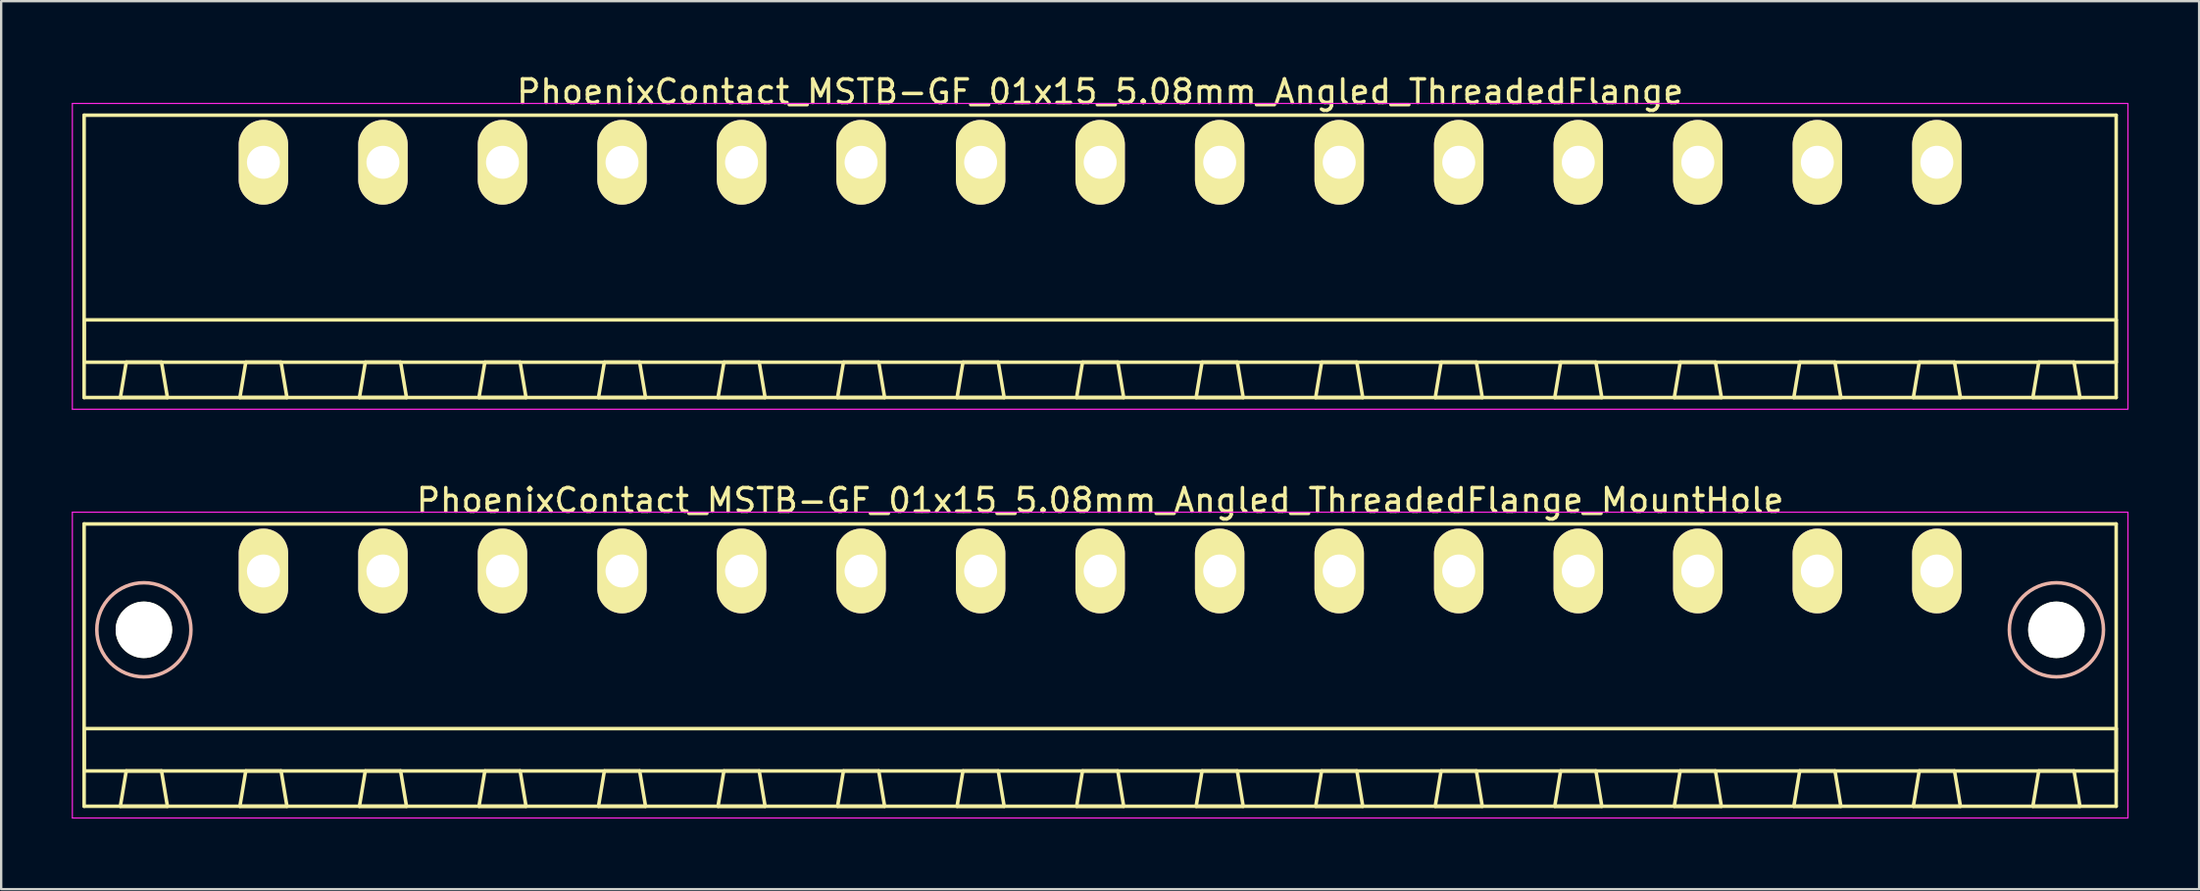
<source format=kicad_pcb>
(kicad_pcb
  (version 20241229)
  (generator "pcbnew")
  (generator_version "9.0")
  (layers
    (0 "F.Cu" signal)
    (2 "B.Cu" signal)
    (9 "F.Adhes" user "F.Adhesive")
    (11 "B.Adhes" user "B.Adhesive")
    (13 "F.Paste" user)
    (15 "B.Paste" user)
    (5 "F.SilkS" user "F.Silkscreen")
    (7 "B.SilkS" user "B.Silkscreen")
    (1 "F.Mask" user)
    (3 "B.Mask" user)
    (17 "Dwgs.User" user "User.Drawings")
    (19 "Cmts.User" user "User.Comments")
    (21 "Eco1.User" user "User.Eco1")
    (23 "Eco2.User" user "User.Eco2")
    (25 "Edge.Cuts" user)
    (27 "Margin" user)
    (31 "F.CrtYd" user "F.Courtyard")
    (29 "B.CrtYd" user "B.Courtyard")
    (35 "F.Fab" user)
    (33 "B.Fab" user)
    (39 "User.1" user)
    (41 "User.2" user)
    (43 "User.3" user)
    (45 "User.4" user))
  (footprint "PhoenixContact_MSTB-GF_01x15_5.08mm_Angled_ThreadedFlange"
    (layer "F.Cu")
    (at 8.145 3.848)
    (property "Reference" "PhoenixContact_MSTB-GF_01x15_5.08mm_Angled_ThreadedFlange" (at 35.56 -3 0) (layer "F.SilkS") (effects (font (size 1 1) (thickness 0.15))))
    (attr through_hole)
    (fp_line (start -7.62 -2) (end -7.62 10) (stroke (width 0.15) (type solid)) (layer "F.SilkS"))
    (fp_line (start -7.62 6.7) (end 78.74 6.7) (stroke (width 0.15) (type solid)) (layer "F.SilkS"))
    (fp_line (start -7.62 8.5) (end -7.62 6.7) (stroke (width 0.15) (type solid)) (layer "F.SilkS"))
    (fp_line (start -7.62 10) (end 78.74 10) (stroke (width 0.15) (type solid)) (layer "F.SilkS"))
    (fp_line (start -6.08 10) (end -4.08 10) (stroke (width 0.15) (type solid)) (layer "F.SilkS"))
    (fp_line (start -5.83 8.5) (end -6.08 10) (stroke (width 0.15) (type solid)) (layer "F.SilkS"))
    (fp_line (start -4.33 8.5) (end -5.83 8.5) (stroke (width 0.15) (type solid)) (layer "F.SilkS"))
    (fp_line (start -4.08 10) (end -4.33 8.5) (stroke (width 0.15) (type solid)) (layer "F.SilkS"))
    (fp_line (start -1 10) (end 1 10) (stroke (width 0.15) (type solid)) (layer "F.SilkS"))
    (fp_line (start -0.75 8.5) (end -1 10) (stroke (width 0.15) (type solid)) (layer "F.SilkS"))
    (fp_line (start 0.75 8.5) (end -0.75 8.5) (stroke (width 0.15) (type solid)) (layer "F.SilkS"))
    (fp_line (start 1 10) (end 0.75 8.5) (stroke (width 0.15) (type solid)) (layer "F.SilkS"))
    (fp_line (start 4.08 10) (end 6.08 10) (stroke (width 0.15) (type solid)) (layer "F.SilkS"))
    (fp_line (start 4.33 8.5) (end 4.08 10) (stroke (width 0.15) (type solid)) (layer "F.SilkS"))
    (fp_line (start 5.83 8.5) (end 4.33 8.5) (stroke (width 0.15) (type solid)) (layer "F.SilkS"))
    (fp_line (start 6.08 10) (end 5.83 8.5) (stroke (width 0.15) (type solid)) (layer "F.SilkS"))
    (fp_line (start 9.16 10) (end 11.16 10) (stroke (width 0.15) (type solid)) (layer "F.SilkS"))
    (fp_line (start 9.41 8.5) (end 9.16 10) (stroke (width 0.15) (type solid)) (layer "F.SilkS"))
    (fp_line (start 10.91 8.5) (end 9.41 8.5) (stroke (width 0.15) (type solid)) (layer "F.SilkS"))
    (fp_line (start 11.16 10) (end 10.91 8.5) (stroke (width 0.15) (type solid)) (layer "F.SilkS"))
    (fp_line (start 14.24 10) (end 16.24 10) (stroke (width 0.15) (type solid)) (layer "F.SilkS"))
    (fp_line (start 14.49 8.5) (end 14.24 10) (stroke (width 0.15) (type solid)) (layer "F.SilkS"))
    (fp_line (start 15.99 8.5) (end 14.49 8.5) (stroke (width 0.15) (type solid)) (layer "F.SilkS"))
    (fp_line (start 16.24 10) (end 15.99 8.5) (stroke (width 0.15) (type solid)) (layer "F.SilkS"))
    (fp_line (start 19.32 10) (end 21.32 10) (stroke (width 0.15) (type solid)) (layer "F.SilkS"))
    (fp_line (start 19.57 8.5) (end 19.32 10) (stroke (width 0.15) (type solid)) (layer "F.SilkS"))
    (fp_line (start 21.07 8.5) (end 19.57 8.5) (stroke (width 0.15) (type solid)) (layer "F.SilkS"))
    (fp_line (start 21.32 10) (end 21.07 8.5) (stroke (width 0.15) (type solid)) (layer "F.SilkS"))
    (fp_line (start 24.4 10) (end 26.4 10) (stroke (width 0.15) (type solid)) (layer "F.SilkS"))
    (fp_line (start 24.65 8.5) (end 24.4 10) (stroke (width 0.15) (type solid)) (layer "F.SilkS"))
    (fp_line (start 26.15 8.5) (end 24.65 8.5) (stroke (width 0.15) (type solid)) (layer "F.SilkS"))
    (fp_line (start 26.4 10) (end 26.15 8.5) (stroke (width 0.15) (type solid)) (layer "F.SilkS"))
    (fp_line (start 29.48 10) (end 31.48 10) (stroke (width 0.15) (type solid)) (layer "F.SilkS"))
    (fp_line (start 29.73 8.5) (end 29.48 10) (stroke (width 0.15) (type solid)) (layer "F.SilkS"))
    (fp_line (start 31.23 8.5) (end 29.73 8.5) (stroke (width 0.15) (type solid)) (layer "F.SilkS"))
    (fp_line (start 31.48 10) (end 31.23 8.5) (stroke (width 0.15) (type solid)) (layer "F.SilkS"))
    (fp_line (start 34.56 10) (end 36.56 10) (stroke (width 0.15) (type solid)) (layer "F.SilkS"))
    (fp_line (start 34.81 8.5) (end 34.56 10) (stroke (width 0.15) (type solid)) (layer "F.SilkS"))
    (fp_line (start 36.31 8.5) (end 34.81 8.5) (stroke (width 0.15) (type solid)) (layer "F.SilkS"))
    (fp_line (start 36.56 10) (end 36.31 8.5) (stroke (width 0.15) (type solid)) (layer "F.SilkS"))
    (fp_line (start 39.64 10) (end 41.64 10) (stroke (width 0.15) (type solid)) (layer "F.SilkS"))
    (fp_line (start 39.89 8.5) (end 39.64 10) (stroke (width 0.15) (type solid)) (layer "F.SilkS"))
    (fp_line (start 41.39 8.5) (end 39.89 8.5) (stroke (width 0.15) (type solid)) (layer "F.SilkS"))
    (fp_line (start 41.64 10) (end 41.39 8.5) (stroke (width 0.15) (type solid)) (layer "F.SilkS"))
    (fp_line (start 44.72 10) (end 46.72 10) (stroke (width 0.15) (type solid)) (layer "F.SilkS"))
    (fp_line (start 44.97 8.5) (end 44.72 10) (stroke (width 0.15) (type solid)) (layer "F.SilkS"))
    (fp_line (start 46.47 8.5) (end 44.97 8.5) (stroke (width 0.15) (type solid)) (layer "F.SilkS"))
    (fp_line (start 46.72 10) (end 46.47 8.5) (stroke (width 0.15) (type solid)) (layer "F.SilkS"))
    (fp_line (start 49.8 10) (end 51.8 10) (stroke (width 0.15) (type solid)) (layer "F.SilkS"))
    (fp_line (start 50.05 8.5) (end 49.8 10) (stroke (width 0.15) (type solid)) (layer "F.SilkS"))
    (fp_line (start 51.55 8.5) (end 50.05 8.5) (stroke (width 0.15) (type solid)) (layer "F.SilkS"))
    (fp_line (start 51.8 10) (end 51.55 8.5) (stroke (width 0.15) (type solid)) (layer "F.SilkS"))
    (fp_line (start 54.88 10) (end 56.88 10) (stroke (width 0.15) (type solid)) (layer "F.SilkS"))
    (fp_line (start 55.13 8.5) (end 54.88 10) (stroke (width 0.15) (type solid)) (layer "F.SilkS"))
    (fp_line (start 56.63 8.5) (end 55.13 8.5) (stroke (width 0.15) (type solid)) (layer "F.SilkS"))
    (fp_line (start 56.88 10) (end 56.63 8.5) (stroke (width 0.15) (type solid)) (layer "F.SilkS"))
    (fp_line (start 59.96 10) (end 61.96 10) (stroke (width 0.15) (type solid)) (layer "F.SilkS"))
    (fp_line (start 60.21 8.5) (end 59.96 10) (stroke (width 0.15) (type solid)) (layer "F.SilkS"))
    (fp_line (start 61.71 8.5) (end 60.21 8.5) (stroke (width 0.15) (type solid)) (layer "F.SilkS"))
    (fp_line (start 61.96 10) (end 61.71 8.5) (stroke (width 0.15) (type solid)) (layer "F.SilkS"))
    (fp_line (start 65.04 10) (end 67.04 10) (stroke (width 0.15) (type solid)) (layer "F.SilkS"))
    (fp_line (start 65.29 8.5) (end 65.04 10) (stroke (width 0.15) (type solid)) (layer "F.SilkS"))
    (fp_line (start 66.79 8.5) (end 65.29 8.5) (stroke (width 0.15) (type solid)) (layer "F.SilkS"))
    (fp_line (start 67.04 10) (end 66.79 8.5) (stroke (width 0.15) (type solid)) (layer "F.SilkS"))
    (fp_line (start 70.12 10) (end 72.12 10) (stroke (width 0.15) (type solid)) (layer "F.SilkS"))
    (fp_line (start 70.37 8.5) (end 70.12 10) (stroke (width 0.15) (type solid)) (layer "F.SilkS"))
    (fp_line (start 71.87 8.5) (end 70.37 8.5) (stroke (width 0.15) (type solid)) (layer "F.SilkS"))
    (fp_line (start 72.12 10) (end 71.87 8.5) (stroke (width 0.15) (type solid)) (layer "F.SilkS"))
    (fp_line (start 75.2 10) (end 77.2 10) (stroke (width 0.15) (type solid)) (layer "F.SilkS"))
    (fp_line (start 75.45 8.5) (end 75.2 10) (stroke (width 0.15) (type solid)) (layer "F.SilkS"))
    (fp_line (start 76.95 8.5) (end 75.45 8.5) (stroke (width 0.15) (type solid)) (layer "F.SilkS"))
    (fp_line (start 77.2 10) (end 76.95 8.5) (stroke (width 0.15) (type solid)) (layer "F.SilkS"))
    (fp_line (start 78.74 -2) (end -7.62 -2) (stroke (width 0.15) (type solid)) (layer "F.SilkS"))
    (fp_line (start 78.74 6.7) (end 78.74 8.5) (stroke (width 0.15) (type solid)) (layer "F.SilkS"))
    (fp_line (start 78.74 8.5) (end -7.62 8.5) (stroke (width 0.15) (type solid)) (layer "F.SilkS"))
    (fp_line (start 78.74 10) (end 78.74 -2) (stroke (width 0.15) (type solid)) (layer "F.SilkS"))
    (fp_line (start -8.12 -2.5) (end -8.12 10.5) (stroke (width 0.05) (type solid)) (layer "F.CrtYd"))
    (fp_line (start -8.12 10.5) (end 79.24 10.5) (stroke (width 0.05) (type solid)) (layer "F.CrtYd"))
    (fp_line (start 79.24 -2.5) (end -8.12 -2.5) (stroke (width 0.05) (type solid)) (layer "F.CrtYd"))
    (fp_line (start 79.24 10.5) (end 79.24 -2.5) (stroke (width 0.05) (type solid)) (layer "F.CrtYd"))
    (pad "1" thru_hole oval (at 0 0) (size 2.1 3.6) (drill 1.4) (layers "*.Cu" "*.Mask" "F.SilkS"))
    (pad "2" thru_hole oval (at 5.08 0) (size 2.1 3.6) (drill 1.4) (layers "*.Cu" "*.Mask" "F.SilkS"))
    (pad "3" thru_hole oval (at 10.16 0) (size 2.1 3.6) (drill 1.4) (layers "*.Cu" "*.Mask" "F.SilkS"))
    (pad "4" thru_hole oval (at 15.24 0) (size 2.1 3.6) (drill 1.4) (layers "*.Cu" "*.Mask" "F.SilkS"))
    (pad "5" thru_hole oval (at 20.32 0) (size 2.1 3.6) (drill 1.4) (layers "*.Cu" "*.Mask" "F.SilkS"))
    (pad "6" thru_hole oval (at 25.4 0) (size 2.1 3.6) (drill 1.4) (layers "*.Cu" "*.Mask" "F.SilkS"))
    (pad "7" thru_hole oval (at 30.48 0) (size 2.1 3.6) (drill 1.4) (layers "*.Cu" "*.Mask" "F.SilkS"))
    (pad "8" thru_hole oval (at 35.56 0) (size 2.1 3.6) (drill 1.4) (layers "*.Cu" "*.Mask" "F.SilkS"))
    (pad "9" thru_hole oval (at 40.64 0) (size 2.1 3.6) (drill 1.4) (layers "*.Cu" "*.Mask" "F.SilkS"))
    (pad "10" thru_hole oval (at 45.72 0) (size 2.1 3.6) (drill 1.4) (layers "*.Cu" "*.Mask" "F.SilkS"))
    (pad "11" thru_hole oval (at 50.8 0) (size 2.1 3.6) (drill 1.4) (layers "*.Cu" "*.Mask" "F.SilkS"))
    (pad "12" thru_hole oval (at 55.88 0) (size 2.1 3.6) (drill 1.4) (layers "*.Cu" "*.Mask" "F.SilkS"))
    (pad "13" thru_hole oval (at 60.96 0) (size 2.1 3.6) (drill 1.4) (layers "*.Cu" "*.Mask" "F.SilkS"))
    (pad "14" thru_hole oval (at 66.04 0) (size 2.1 3.6) (drill 1.4) (layers "*.Cu" "*.Mask" "F.SilkS"))
    (pad "15" thru_hole oval (at 71.12 0) (size 2.1 3.6) (drill 1.4) (layers "*.Cu" "*.Mask" "F.SilkS")))
  (footprint "PhoenixContact_MSTB-GF_01x15_5.08mm_Angled_ThreadedFlange_MountHole"
    (layer "F.Cu")
    (at 8.145 21.221)
    (property "Reference" "PhoenixContact_MSTB-GF_01x15_5.08mm_Angled_ThreadedFlange_MountHole" (at 35.56 -3 0) (layer "F.SilkS") (effects (font (size 1 1) (thickness 0.15))))
    (attr through_hole)
    (fp_line (start -7.62 -2) (end -7.62 10) (stroke (width 0.15) (type solid)) (layer "F.SilkS"))
    (fp_line (start -7.62 6.7) (end 78.74 6.7) (stroke (width 0.15) (type solid)) (layer "F.SilkS"))
    (fp_line (start -7.62 8.5) (end -7.62 6.7) (stroke (width 0.15) (type solid)) (layer "F.SilkS"))
    (fp_line (start -7.62 10) (end 78.74 10) (stroke (width 0.15) (type solid)) (layer "F.SilkS"))
    (fp_line (start -6.08 10) (end -4.08 10) (stroke (width 0.15) (type solid)) (layer "F.SilkS"))
    (fp_line (start -5.83 8.5) (end -6.08 10) (stroke (width 0.15) (type solid)) (layer "F.SilkS"))
    (fp_line (start -4.33 8.5) (end -5.83 8.5) (stroke (width 0.15) (type solid)) (layer "F.SilkS"))
    (fp_line (start -4.08 10) (end -4.33 8.5) (stroke (width 0.15) (type solid)) (layer "F.SilkS"))
    (fp_line (start -1 10) (end 1 10) (stroke (width 0.15) (type solid)) (layer "F.SilkS"))
    (fp_line (start -0.75 8.5) (end -1 10) (stroke (width 0.15) (type solid)) (layer "F.SilkS"))
    (fp_line (start 0.75 8.5) (end -0.75 8.5) (stroke (width 0.15) (type solid)) (layer "F.SilkS"))
    (fp_line (start 1 10) (end 0.75 8.5) (stroke (width 0.15) (type solid)) (layer "F.SilkS"))
    (fp_line (start 4.08 10) (end 6.08 10) (stroke (width 0.15) (type solid)) (layer "F.SilkS"))
    (fp_line (start 4.33 8.5) (end 4.08 10) (stroke (width 0.15) (type solid)) (layer "F.SilkS"))
    (fp_line (start 5.83 8.5) (end 4.33 8.5) (stroke (width 0.15) (type solid)) (layer "F.SilkS"))
    (fp_line (start 6.08 10) (end 5.83 8.5) (stroke (width 0.15) (type solid)) (layer "F.SilkS"))
    (fp_line (start 9.16 10) (end 11.16 10) (stroke (width 0.15) (type solid)) (layer "F.SilkS"))
    (fp_line (start 9.41 8.5) (end 9.16 10) (stroke (width 0.15) (type solid)) (layer "F.SilkS"))
    (fp_line (start 10.91 8.5) (end 9.41 8.5) (stroke (width 0.15) (type solid)) (layer "F.SilkS"))
    (fp_line (start 11.16 10) (end 10.91 8.5) (stroke (width 0.15) (type solid)) (layer "F.SilkS"))
    (fp_line (start 14.24 10) (end 16.24 10) (stroke (width 0.15) (type solid)) (layer "F.SilkS"))
    (fp_line (start 14.49 8.5) (end 14.24 10) (stroke (width 0.15) (type solid)) (layer "F.SilkS"))
    (fp_line (start 15.99 8.5) (end 14.49 8.5) (stroke (width 0.15) (type solid)) (layer "F.SilkS"))
    (fp_line (start 16.24 10) (end 15.99 8.5) (stroke (width 0.15) (type solid)) (layer "F.SilkS"))
    (fp_line (start 19.32 10) (end 21.32 10) (stroke (width 0.15) (type solid)) (layer "F.SilkS"))
    (fp_line (start 19.57 8.5) (end 19.32 10) (stroke (width 0.15) (type solid)) (layer "F.SilkS"))
    (fp_line (start 21.07 8.5) (end 19.57 8.5) (stroke (width 0.15) (type solid)) (layer "F.SilkS"))
    (fp_line (start 21.32 10) (end 21.07 8.5) (stroke (width 0.15) (type solid)) (layer "F.SilkS"))
    (fp_line (start 24.4 10) (end 26.4 10) (stroke (width 0.15) (type solid)) (layer "F.SilkS"))
    (fp_line (start 24.65 8.5) (end 24.4 10) (stroke (width 0.15) (type solid)) (layer "F.SilkS"))
    (fp_line (start 26.15 8.5) (end 24.65 8.5) (stroke (width 0.15) (type solid)) (layer "F.SilkS"))
    (fp_line (start 26.4 10) (end 26.15 8.5) (stroke (width 0.15) (type solid)) (layer "F.SilkS"))
    (fp_line (start 29.48 10) (end 31.48 10) (stroke (width 0.15) (type solid)) (layer "F.SilkS"))
    (fp_line (start 29.73 8.5) (end 29.48 10) (stroke (width 0.15) (type solid)) (layer "F.SilkS"))
    (fp_line (start 31.23 8.5) (end 29.73 8.5) (stroke (width 0.15) (type solid)) (layer "F.SilkS"))
    (fp_line (start 31.48 10) (end 31.23 8.5) (stroke (width 0.15) (type solid)) (layer "F.SilkS"))
    (fp_line (start 34.56 10) (end 36.56 10) (stroke (width 0.15) (type solid)) (layer "F.SilkS"))
    (fp_line (start 34.81 8.5) (end 34.56 10) (stroke (width 0.15) (type solid)) (layer "F.SilkS"))
    (fp_line (start 36.31 8.5) (end 34.81 8.5) (stroke (width 0.15) (type solid)) (layer "F.SilkS"))
    (fp_line (start 36.56 10) (end 36.31 8.5) (stroke (width 0.15) (type solid)) (layer "F.SilkS"))
    (fp_line (start 39.64 10) (end 41.64 10) (stroke (width 0.15) (type solid)) (layer "F.SilkS"))
    (fp_line (start 39.89 8.5) (end 39.64 10) (stroke (width 0.15) (type solid)) (layer "F.SilkS"))
    (fp_line (start 41.39 8.5) (end 39.89 8.5) (stroke (width 0.15) (type solid)) (layer "F.SilkS"))
    (fp_line (start 41.64 10) (end 41.39 8.5) (stroke (width 0.15) (type solid)) (layer "F.SilkS"))
    (fp_line (start 44.72 10) (end 46.72 10) (stroke (width 0.15) (type solid)) (layer "F.SilkS"))
    (fp_line (start 44.97 8.5) (end 44.72 10) (stroke (width 0.15) (type solid)) (layer "F.SilkS"))
    (fp_line (start 46.47 8.5) (end 44.97 8.5) (stroke (width 0.15) (type solid)) (layer "F.SilkS"))
    (fp_line (start 46.72 10) (end 46.47 8.5) (stroke (width 0.15) (type solid)) (layer "F.SilkS"))
    (fp_line (start 49.8 10) (end 51.8 10) (stroke (width 0.15) (type solid)) (layer "F.SilkS"))
    (fp_line (start 50.05 8.5) (end 49.8 10) (stroke (width 0.15) (type solid)) (layer "F.SilkS"))
    (fp_line (start 51.55 8.5) (end 50.05 8.5) (stroke (width 0.15) (type solid)) (layer "F.SilkS"))
    (fp_line (start 51.8 10) (end 51.55 8.5) (stroke (width 0.15) (type solid)) (layer "F.SilkS"))
    (fp_line (start 54.88 10) (end 56.88 10) (stroke (width 0.15) (type solid)) (layer "F.SilkS"))
    (fp_line (start 55.13 8.5) (end 54.88 10) (stroke (width 0.15) (type solid)) (layer "F.SilkS"))
    (fp_line (start 56.63 8.5) (end 55.13 8.5) (stroke (width 0.15) (type solid)) (layer "F.SilkS"))
    (fp_line (start 56.88 10) (end 56.63 8.5) (stroke (width 0.15) (type solid)) (layer "F.SilkS"))
    (fp_line (start 59.96 10) (end 61.96 10) (stroke (width 0.15) (type solid)) (layer "F.SilkS"))
    (fp_line (start 60.21 8.5) (end 59.96 10) (stroke (width 0.15) (type solid)) (layer "F.SilkS"))
    (fp_line (start 61.71 8.5) (end 60.21 8.5) (stroke (width 0.15) (type solid)) (layer "F.SilkS"))
    (fp_line (start 61.96 10) (end 61.71 8.5) (stroke (width 0.15) (type solid)) (layer "F.SilkS"))
    (fp_line (start 65.04 10) (end 67.04 10) (stroke (width 0.15) (type solid)) (layer "F.SilkS"))
    (fp_line (start 65.29 8.5) (end 65.04 10) (stroke (width 0.15) (type solid)) (layer "F.SilkS"))
    (fp_line (start 66.79 8.5) (end 65.29 8.5) (stroke (width 0.15) (type solid)) (layer "F.SilkS"))
    (fp_line (start 67.04 10) (end 66.79 8.5) (stroke (width 0.15) (type solid)) (layer "F.SilkS"))
    (fp_line (start 70.12 10) (end 72.12 10) (stroke (width 0.15) (type solid)) (layer "F.SilkS"))
    (fp_line (start 70.37 8.5) (end 70.12 10) (stroke (width 0.15) (type solid)) (layer "F.SilkS"))
    (fp_line (start 71.87 8.5) (end 70.37 8.5) (stroke (width 0.15) (type solid)) (layer "F.SilkS"))
    (fp_line (start 72.12 10) (end 71.87 8.5) (stroke (width 0.15) (type solid)) (layer "F.SilkS"))
    (fp_line (start 75.2 10) (end 77.2 10) (stroke (width 0.15) (type solid)) (layer "F.SilkS"))
    (fp_line (start 75.45 8.5) (end 75.2 10) (stroke (width 0.15) (type solid)) (layer "F.SilkS"))
    (fp_line (start 76.95 8.5) (end 75.45 8.5) (stroke (width 0.15) (type solid)) (layer "F.SilkS"))
    (fp_line (start 77.2 10) (end 76.95 8.5) (stroke (width 0.15) (type solid)) (layer "F.SilkS"))
    (fp_line (start 78.74 -2) (end -7.62 -2) (stroke (width 0.15) (type solid)) (layer "F.SilkS"))
    (fp_line (start 78.74 6.7) (end 78.74 8.5) (stroke (width 0.15) (type solid)) (layer "F.SilkS"))
    (fp_line (start 78.74 8.5) (end -7.62 8.5) (stroke (width 0.15) (type solid)) (layer "F.SilkS"))
    (fp_line (start 78.74 10) (end 78.74 -2) (stroke (width 0.15) (type solid)) (layer "F.SilkS"))
    (fp_circle (center -5.08 2.5) (end -3.08 2.5) (stroke (width 0.15) (type solid)) (fill no) (layer "B.SilkS"))
    (fp_circle (center 76.2 2.5) (end 78.2 2.5) (stroke (width 0.15) (type solid)) (fill no) (layer "B.SilkS"))
    (fp_line (start -8.12 -2.5) (end -8.12 10.5) (stroke (width 0.05) (type solid)) (layer "F.CrtYd"))
    (fp_line (start -8.12 10.5) (end 79.24 10.5) (stroke (width 0.05) (type solid)) (layer "F.CrtYd"))
    (fp_line (start 79.24 -2.5) (end -8.12 -2.5) (stroke (width 0.05) (type solid)) (layer "F.CrtYd"))
    (fp_line (start 79.24 10.5) (end 79.24 -2.5) (stroke (width 0.05) (type solid)) (layer "F.CrtYd"))
    (pad "" np_thru_hole circle (at -5.08 2.5) (size 2.4 2.4) (drill 2.4) (layers "*.Cu" "*.Mask" "F.SilkS"))
    (pad "" np_thru_hole circle (at 76.2 2.5) (size 2.4 2.4) (drill 2.4) (layers "*.Cu" "*.Mask" "F.SilkS"))
    (pad "1" thru_hole oval (at 0 0) (size 2.1 3.6) (drill 1.4) (layers "*.Cu" "*.Mask" "F.SilkS"))
    (pad "2" thru_hole oval (at 5.08 0) (size 2.1 3.6) (drill 1.4) (layers "*.Cu" "*.Mask" "F.SilkS"))
    (pad "3" thru_hole oval (at 10.16 0) (size 2.1 3.6) (drill 1.4) (layers "*.Cu" "*.Mask" "F.SilkS"))
    (pad "4" thru_hole oval (at 15.24 0) (size 2.1 3.6) (drill 1.4) (layers "*.Cu" "*.Mask" "F.SilkS"))
    (pad "5" thru_hole oval (at 20.32 0) (size 2.1 3.6) (drill 1.4) (layers "*.Cu" "*.Mask" "F.SilkS"))
    (pad "6" thru_hole oval (at 25.4 0) (size 2.1 3.6) (drill 1.4) (layers "*.Cu" "*.Mask" "F.SilkS"))
    (pad "7" thru_hole oval (at 30.48 0) (size 2.1 3.6) (drill 1.4) (layers "*.Cu" "*.Mask" "F.SilkS"))
    (pad "8" thru_hole oval (at 35.56 0) (size 2.1 3.6) (drill 1.4) (layers "*.Cu" "*.Mask" "F.SilkS"))
    (pad "9" thru_hole oval (at 40.64 0) (size 2.1 3.6) (drill 1.4) (layers "*.Cu" "*.Mask" "F.SilkS"))
    (pad "10" thru_hole oval (at 45.72 0) (size 2.1 3.6) (drill 1.4) (layers "*.Cu" "*.Mask" "F.SilkS"))
    (pad "11" thru_hole oval (at 50.8 0) (size 2.1 3.6) (drill 1.4) (layers "*.Cu" "*.Mask" "F.SilkS"))
    (pad "12" thru_hole oval (at 55.88 0) (size 2.1 3.6) (drill 1.4) (layers "*.Cu" "*.Mask" "F.SilkS"))
    (pad "13" thru_hole oval (at 60.96 0) (size 2.1 3.6) (drill 1.4) (layers "*.Cu" "*.Mask" "F.SilkS"))
    (pad "14" thru_hole oval (at 66.04 0) (size 2.1 3.6) (drill 1.4) (layers "*.Cu" "*.Mask" "F.SilkS"))
    (pad "15" thru_hole oval (at 71.12 0) (size 2.1 3.6) (drill 1.4) (layers "*.Cu" "*.Mask" "F.SilkS")))
  (gr_rect
    (start -3 -3)
    (end 90.41 34.746)
    (stroke (width 0.1) (type default))
    (fill no)
    (layer "Edge.Cuts")))
</source>
